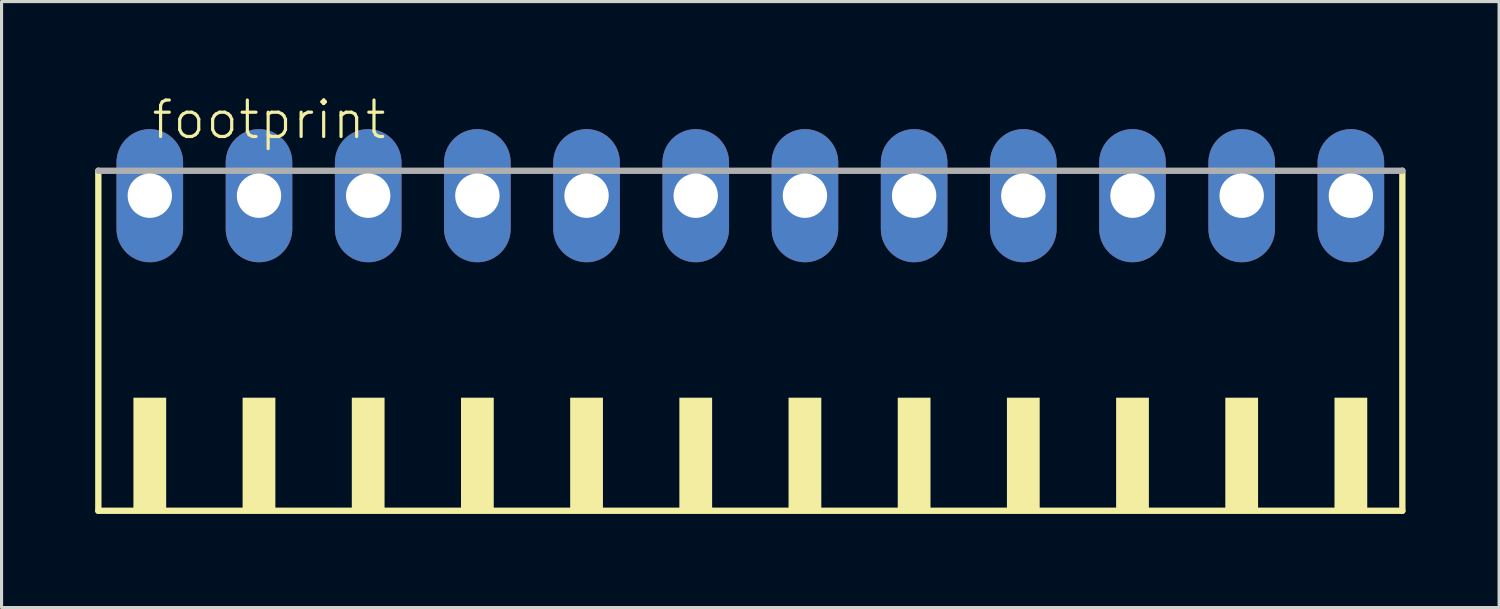
<source format=kicad_pcb>
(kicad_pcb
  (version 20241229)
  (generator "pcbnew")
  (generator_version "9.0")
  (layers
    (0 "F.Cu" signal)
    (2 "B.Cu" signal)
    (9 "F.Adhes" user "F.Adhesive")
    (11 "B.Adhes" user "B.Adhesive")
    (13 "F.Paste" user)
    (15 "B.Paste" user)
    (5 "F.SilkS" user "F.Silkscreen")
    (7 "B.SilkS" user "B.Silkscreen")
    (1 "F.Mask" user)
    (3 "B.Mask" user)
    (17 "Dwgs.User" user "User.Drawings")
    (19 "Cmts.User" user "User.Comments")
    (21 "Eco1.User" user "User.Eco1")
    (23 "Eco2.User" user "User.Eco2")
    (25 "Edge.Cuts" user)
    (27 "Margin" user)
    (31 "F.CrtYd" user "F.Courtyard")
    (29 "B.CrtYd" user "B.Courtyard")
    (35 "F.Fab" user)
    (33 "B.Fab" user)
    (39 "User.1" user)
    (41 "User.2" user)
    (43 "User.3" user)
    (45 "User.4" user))
  (footprint "footprint"
    (layer "F.Cu")
    (at 21.002 8.473)
    (property "Reference" "footprint" (at -19.25 -7 0) (layer "F.SilkS") (effects (font (size 1.168 1.168) (thickness 0.102)) (justify left bottom)))
    (fp_line (start -20.9 -6.05) (end -20.9 4.85) (stroke (width 0.203) (type solid)) (layer "F.SilkS"))
    (fp_line (start -20.9 4.85) (end 20.9 4.85) (stroke (width 0.203) (type solid)) (layer "F.SilkS"))
    (fp_line (start 20.9 4.85) (end 20.9 -6.05) (stroke (width 0.203) (type solid)) (layer "F.SilkS"))
    (fp_poly (pts (xy -19.775 4.9) (xy -18.725 4.9) (xy -18.725 1.225) (xy -19.775 1.225)) (stroke (width 0) (type solid)) (fill yes) (layer "F.SilkS"))
    (fp_poly (pts (xy -16.275 4.9) (xy -15.225 4.9) (xy -15.225 1.225) (xy -16.275 1.225)) (stroke (width 0) (type solid)) (fill yes) (layer "F.SilkS"))
    (fp_poly (pts (xy -12.775 4.9) (xy -11.725 4.9) (xy -11.725 1.225) (xy -12.775 1.225)) (stroke (width 0) (type solid)) (fill yes) (layer "F.SilkS"))
    (fp_poly (pts (xy -9.275 4.9) (xy -8.225 4.9) (xy -8.225 1.225) (xy -9.275 1.225)) (stroke (width 0) (type solid)) (fill yes) (layer "F.SilkS"))
    (fp_poly (pts (xy -5.775 4.9) (xy -4.725 4.9) (xy -4.725 1.225) (xy -5.775 1.225)) (stroke (width 0) (type solid)) (fill yes) (layer "F.SilkS"))
    (fp_poly (pts (xy -2.275 4.9) (xy -1.225 4.9) (xy -1.225 1.225) (xy -2.275 1.225)) (stroke (width 0) (type solid)) (fill yes) (layer "F.SilkS"))
    (fp_poly (pts (xy 1.225 4.9) (xy 2.275 4.9) (xy 2.275 1.225) (xy 1.225 1.225)) (stroke (width 0) (type solid)) (fill yes) (layer "F.SilkS"))
    (fp_poly (pts (xy 4.725 4.9) (xy 5.775 4.9) (xy 5.775 1.225) (xy 4.725 1.225)) (stroke (width 0) (type solid)) (fill yes) (layer "F.SilkS"))
    (fp_poly (pts (xy 8.225 4.9) (xy 9.275 4.9) (xy 9.275 1.225) (xy 8.225 1.225)) (stroke (width 0) (type solid)) (fill yes) (layer "F.SilkS"))
    (fp_poly (pts (xy 11.725 4.9) (xy 12.775 4.9) (xy 12.775 1.225) (xy 11.725 1.225)) (stroke (width 0) (type solid)) (fill yes) (layer "F.SilkS"))
    (fp_poly (pts (xy 15.225 4.9) (xy 16.275 4.9) (xy 16.275 1.225) (xy 15.225 1.225)) (stroke (width 0) (type solid)) (fill yes) (layer "F.SilkS"))
    (fp_poly (pts (xy 18.725 4.9) (xy 19.775 4.9) (xy 19.775 1.225) (xy 18.725 1.225)) (stroke (width 0) (type solid)) (fill yes) (layer "F.SilkS"))
    (fp_line (start 20.9 -6.05) (end -20.9 -6.05) (stroke (width 0.203) (type solid)) (layer "F.Fab"))
    (pad "1" thru_hole oval (at -19.25 -5.25 90) (size 4.267 2.134) (drill 1.422) (layers "*.Cu" "*.Mask"))
    (pad "2" thru_hole oval (at -15.75 -5.25 90) (size 4.267 2.134) (drill 1.422) (layers "*.Cu" "*.Mask"))
    (pad "3" thru_hole oval (at -12.25 -5.25 90) (size 4.267 2.134) (drill 1.422) (layers "*.Cu" "*.Mask"))
    (pad "4" thru_hole oval (at -8.75 -5.25 90) (size 4.267 2.134) (drill 1.422) (layers "*.Cu" "*.Mask"))
    (pad "5" thru_hole oval (at -5.25 -5.25 90) (size 4.267 2.134) (drill 1.422) (layers "*.Cu" "*.Mask"))
    (pad "6" thru_hole oval (at -1.75 -5.25 90) (size 4.267 2.134) (drill 1.422) (layers "*.Cu" "*.Mask"))
    (pad "7" thru_hole oval (at 1.75 -5.25 90) (size 4.267 2.134) (drill 1.422) (layers "*.Cu" "*.Mask"))
    (pad "8" thru_hole oval (at 5.25 -5.25 90) (size 4.267 2.134) (drill 1.422) (layers "*.Cu" "*.Mask"))
    (pad "9" thru_hole oval (at 8.75 -5.25 90) (size 4.267 2.134) (drill 1.422) (layers "*.Cu" "*.Mask"))
    (pad "10" thru_hole oval (at 12.25 -5.25 90) (size 4.267 2.134) (drill 1.422) (layers "*.Cu" "*.Mask"))
    (pad "11" thru_hole oval (at 15.75 -5.25 90) (size 4.267 2.134) (drill 1.422) (layers "*.Cu" "*.Mask"))
    (pad "12" thru_hole oval (at 19.25 -5.25 90) (size 4.267 2.134) (drill 1.422) (layers "*.Cu" "*.Mask")))
  (gr_rect
    (start -3 -3)
    (end 45.003 16.425)
    (stroke (width 0.1) (type default))
    (fill no)
    (layer "Edge.Cuts")))
</source>
